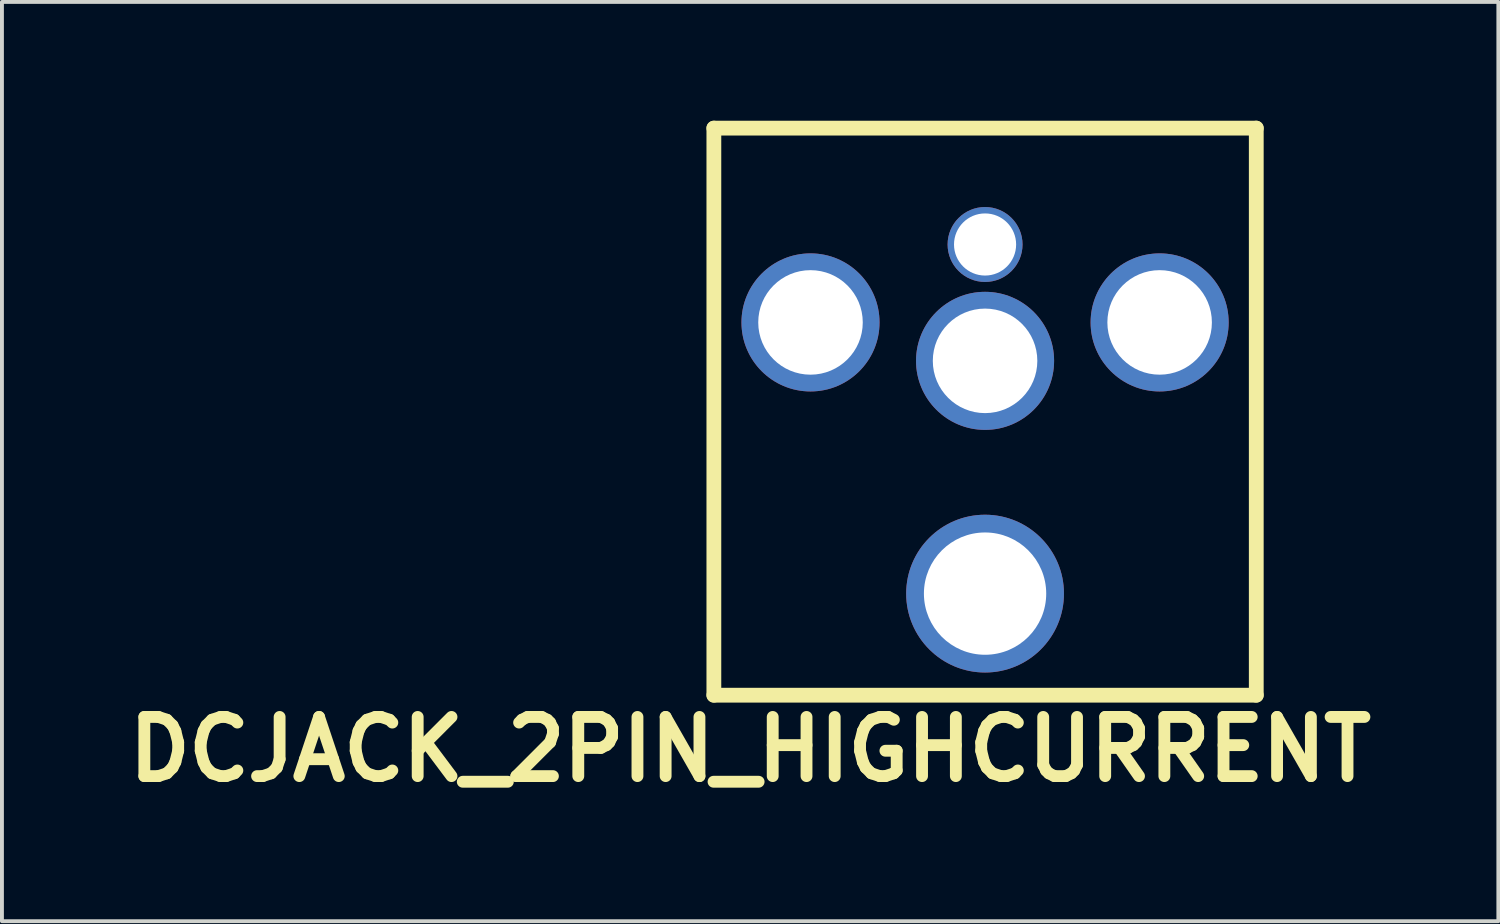
<source format=kicad_pcb>
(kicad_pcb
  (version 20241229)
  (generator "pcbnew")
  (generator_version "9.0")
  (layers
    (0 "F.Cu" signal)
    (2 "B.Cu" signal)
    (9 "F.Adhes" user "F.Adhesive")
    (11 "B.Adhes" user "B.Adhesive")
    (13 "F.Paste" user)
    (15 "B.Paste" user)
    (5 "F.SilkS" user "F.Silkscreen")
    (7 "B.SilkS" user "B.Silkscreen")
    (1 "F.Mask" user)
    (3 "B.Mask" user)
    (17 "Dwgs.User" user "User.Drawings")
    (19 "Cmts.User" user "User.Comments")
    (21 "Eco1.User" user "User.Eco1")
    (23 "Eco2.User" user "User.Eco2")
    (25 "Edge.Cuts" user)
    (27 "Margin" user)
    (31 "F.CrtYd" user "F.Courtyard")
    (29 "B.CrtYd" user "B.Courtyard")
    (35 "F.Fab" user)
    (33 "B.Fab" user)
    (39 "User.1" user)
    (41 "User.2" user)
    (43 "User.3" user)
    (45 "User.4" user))
  (footprint "DCJACK_2PIN_HIGHCURRENT"
    (layer "F.Cu")
    (at 22.321 0.25)
    (property "Reference" "DCJACK_2PIN_HIGHCURRENT" (at -6.05 16 180) (layer "F.SilkS") (effects (font (size 1.524 1.524) (thickness 0.305))))
    (fp_line (start -6.985 0) (end 6.985 0) (stroke (width 0.381) (type solid)) (layer "F.SilkS"))
    (fp_line (start -6.985 14.605) (end -6.985 0) (stroke (width 0.381) (type solid)) (layer "F.SilkS"))
    (fp_line (start 6.985 0) (end 6.985 14.605) (stroke (width 0.381) (type solid)) (layer "F.SilkS"))
    (fp_line (start 6.985 14.605) (end -6.985 14.605) (stroke (width 0.381) (type solid)) (layer "F.SilkS"))
    (pad "" thru_hole circle (at -4.496 5.004) (size 3.556 3.556) (drill 2.692) (layers "*.Cu" "*.Mask"))
    (pad "" thru_hole circle (at 0 2.997) (size 1.93 1.93) (drill 1.6) (layers "*.Cu" "*.Mask"))
    (pad "" thru_hole circle (at 4.496 5.004) (size 3.556 3.556) (drill 2.692) (layers "*.Cu" "*.Mask"))
    (pad "1" thru_hole circle (at 0 11.989) (size 4.064 4.064) (drill 3.15) (layers "*.Cu" "*.Mask"))
    (pad "2" thru_hole circle (at 0 5.994) (size 3.556 3.556) (drill 2.692) (layers "*.Cu" "*.Mask")))
  (gr_rect
    (start -3 -3)
    (end 35.541 20.676)
    (stroke (width 0.1) (type default))
    (fill no)
    (layer "Edge.Cuts")))
</source>
